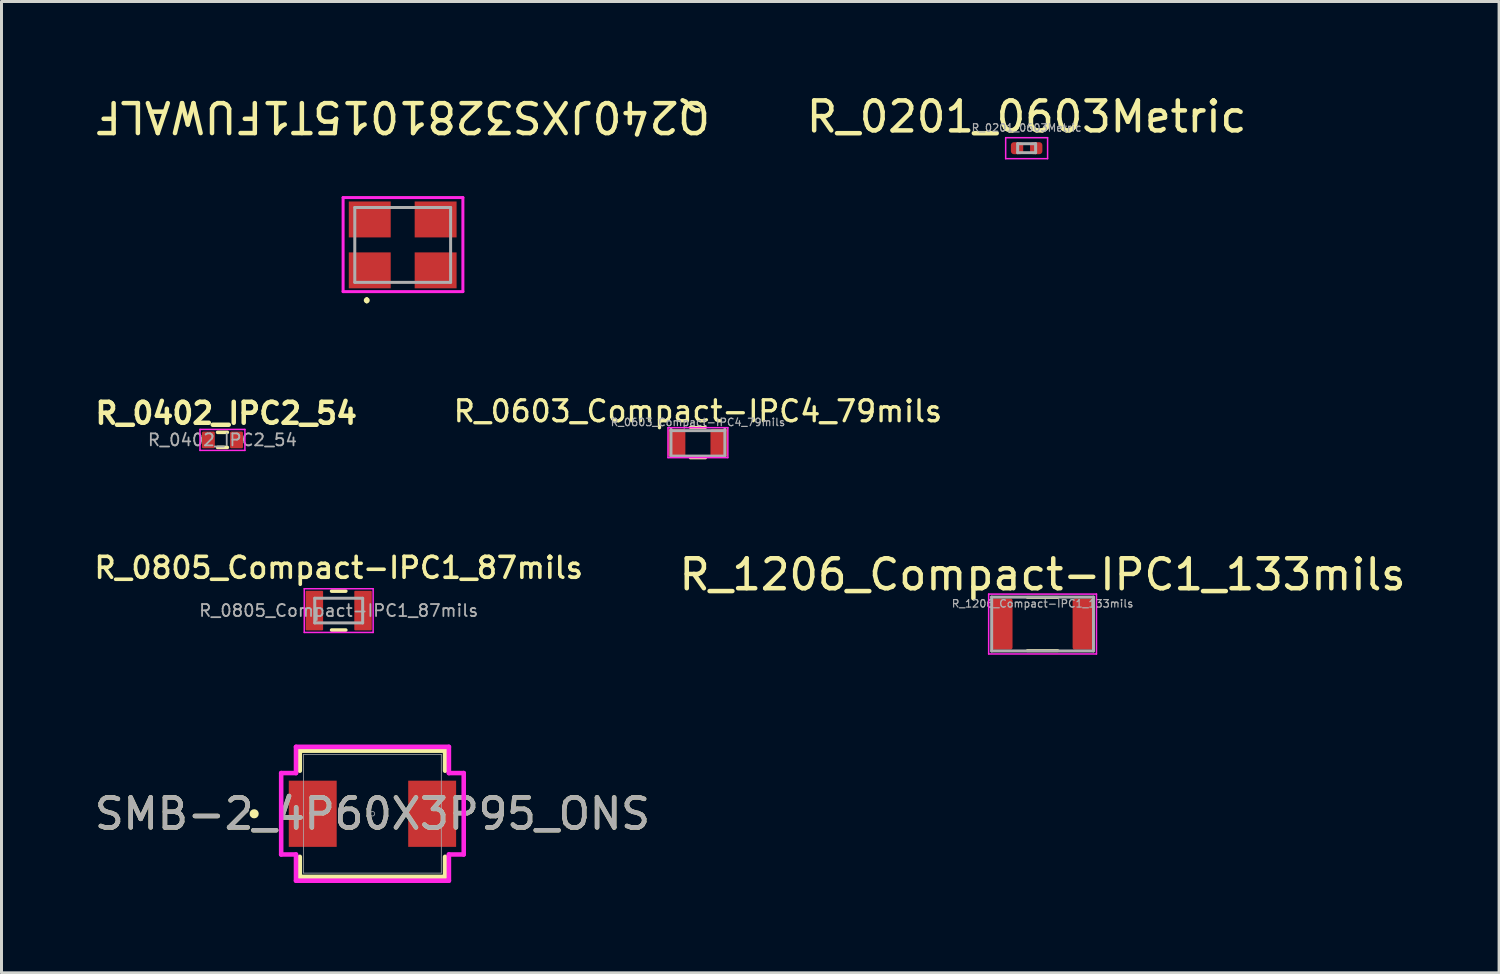
<source format=kicad_pcb>
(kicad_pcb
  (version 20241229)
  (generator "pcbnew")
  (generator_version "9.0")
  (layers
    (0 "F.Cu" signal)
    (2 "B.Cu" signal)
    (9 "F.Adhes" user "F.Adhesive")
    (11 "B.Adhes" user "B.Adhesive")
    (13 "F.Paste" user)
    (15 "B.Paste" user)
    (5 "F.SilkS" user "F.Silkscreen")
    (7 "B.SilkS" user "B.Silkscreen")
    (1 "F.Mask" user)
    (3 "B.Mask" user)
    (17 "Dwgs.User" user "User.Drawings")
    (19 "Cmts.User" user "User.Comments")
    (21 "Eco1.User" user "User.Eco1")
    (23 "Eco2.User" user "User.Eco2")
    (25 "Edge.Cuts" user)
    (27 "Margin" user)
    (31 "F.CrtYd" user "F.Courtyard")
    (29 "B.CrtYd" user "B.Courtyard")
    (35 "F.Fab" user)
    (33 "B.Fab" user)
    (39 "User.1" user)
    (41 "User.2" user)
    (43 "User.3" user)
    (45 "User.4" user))
  (footprint "R_0603_Compact-IPC4_79mils"
    (layer "F.Cu")
    (at 20.255 11.731)
    (property "Reference" "R_0603_Compact-IPC4_79mils" (at 0 -1.05 0) (layer "F.SilkS") (effects (font (size 0.7 0.7) (thickness 0.11))))
    (attr smd)
    (fp_line (start -0.254 -0.508) (end 0.254 -0.508) (stroke (width 0.1) (type default)) (layer "F.SilkS"))
    (fp_line (start -0.254 0.508) (end 0.254 0.508) (stroke (width 0.1) (type default)) (layer "F.SilkS"))
    (fp_line (start -1 -0.5) (end 1 -0.5) (stroke (width 0.05) (type solid)) (layer "F.CrtYd"))
    (fp_line (start -1 0.5) (end -1 -0.5) (stroke (width 0.05) (type solid)) (layer "F.CrtYd"))
    (fp_line (start 1 -0.5) (end 1 0.5) (stroke (width 0.05) (type solid)) (layer "F.CrtYd"))
    (fp_line (start 1 0.5) (end -1 0.5) (stroke (width 0.05) (type solid)) (layer "F.CrtYd"))
    (fp_line (start -0.9 -0.4) (end 0.9 -0.4) (stroke (width 0.1) (type solid)) (layer "F.Fab"))
    (fp_line (start -0.9 0.45) (end -0.9 -0.45) (stroke (width 0.1) (type solid)) (layer "F.Fab"))
    (fp_line (start 0.9 -0.45) (end 0.9 0.45) (stroke (width 0.1) (type solid)) (layer "F.Fab"))
    (fp_line (start 0.9 0.45) (end -0.9 0.45) (stroke (width 0.1) (type solid)) (layer "F.Fab"))
    (fp_text user "${REFERENCE}" (at 0 -0.68 0) (layer "F.Fab") (effects (font (size 0.25 0.25) (thickness 0.04))))
    (pad "1" smd roundrect (at -0.711 0) (size 0.584 0.914) (layers "F.Cu" "F.Mask" "F.Paste") (roundrect_rratio 0.1))
    (pad "2" smd roundrect (at 0.711 0) (size 0.584 0.914) (layers "F.Cu" "F.Mask" "F.Paste") (roundrect_rratio 0.1)))
  (footprint "SMB-2_4P60X3P95_ONS"
    (layer "F.Cu")
    (at 9.387 24.124)
    (property "Reference" "SMB-2_4P60X3P95_ONS" (at 0 0 0) (unlocked yes) (layer "F.SilkS") (effects (font (size 1 1) (thickness 0.15))))
    (attr smd)
    (fp_line (start -2.426 -2.108) (end -2.426 -1.438) (stroke (width 0.152) (type solid)) (layer "F.SilkS"))
    (fp_line (start -2.426 1.438) (end -2.426 2.108) (stroke (width 0.152) (type solid)) (layer "F.SilkS"))
    (fp_line (start -2.426 2.108) (end 2.426 2.108) (stroke (width 0.152) (type solid)) (layer "F.SilkS"))
    (fp_line (start 2.426 -2.108) (end -2.426 -2.108) (stroke (width 0.152) (type solid)) (layer "F.SilkS"))
    (fp_line (start 2.426 -1.438) (end 2.426 -2.108) (stroke (width 0.152) (type solid)) (layer "F.SilkS"))
    (fp_line (start 2.426 2.108) (end 2.426 1.438) (stroke (width 0.152) (type solid)) (layer "F.SilkS"))
    (fp_circle (center -3.95 0) (end -3.873 0) (stroke (width 0.152) (type solid)) (fill no) (layer "F.SilkS"))
    (fp_line (start -3.048 -1.359) (end -2.553 -1.359) (stroke (width 0.152) (type solid)) (layer "F.CrtYd"))
    (fp_line (start -3.048 1.359) (end -3.048 -1.359) (stroke (width 0.152) (type solid)) (layer "F.CrtYd"))
    (fp_line (start -3.048 1.359) (end -2.553 1.359) (stroke (width 0.152) (type solid)) (layer "F.CrtYd"))
    (fp_line (start -2.553 -2.235) (end 2.553 -2.235) (stroke (width 0.152) (type solid)) (layer "F.CrtYd"))
    (fp_line (start -2.553 -1.359) (end -2.553 -2.235) (stroke (width 0.152) (type solid)) (layer "F.CrtYd"))
    (fp_line (start -2.553 2.235) (end -2.553 1.359) (stroke (width 0.152) (type solid)) (layer "F.CrtYd"))
    (fp_line (start 2.553 -2.235) (end 2.553 -1.359) (stroke (width 0.152) (type solid)) (layer "F.CrtYd"))
    (fp_line (start 2.553 1.359) (end 2.553 2.235) (stroke (width 0.152) (type solid)) (layer "F.CrtYd"))
    (fp_line (start 2.553 2.235) (end -2.553 2.235) (stroke (width 0.152) (type solid)) (layer "F.CrtYd"))
    (fp_line (start 3.048 -1.359) (end 2.553 -1.359) (stroke (width 0.152) (type solid)) (layer "F.CrtYd"))
    (fp_line (start 3.048 -1.359) (end 3.048 1.359) (stroke (width 0.152) (type solid)) (layer "F.CrtYd"))
    (fp_line (start 3.048 1.359) (end 2.553 1.359) (stroke (width 0.152) (type solid)) (layer "F.CrtYd"))
    (fp_line (start -2.299 -1.981) (end -2.299 1.981) (stroke (width 0.025) (type solid)) (layer "F.Fab"))
    (fp_line (start -2.299 1.981) (end 2.299 1.981) (stroke (width 0.025) (type solid)) (layer "F.Fab"))
    (fp_line (start 2.299 -1.981) (end -2.299 -1.981) (stroke (width 0.025) (type solid)) (layer "F.Fab"))
    (fp_line (start 2.299 1.981) (end 2.299 -1.981) (stroke (width 0.025) (type solid)) (layer "F.Fab"))
    (fp_circle (center 0 0) (end 0.076 0) (stroke (width 0.025) (type solid)) (fill no) (layer "F.Fab"))
    (fp_text user "${REFERENCE}" (at 0 0 0) (unlocked yes) (layer "F.Fab") (effects (font (size 1 1) (thickness 0.15))))
    (pad "1" smd rect (at -1.994 0) (size 1.6 2.21) (layers "F.Cu" "F.Mask" "F.Paste"))
    (pad "2" smd rect (at 1.994 0) (size 1.6 2.21) (layers "F.Cu" "F.Mask" "F.Paste")))
  (footprint "R_0402_IPC2_54"
    (layer "F.Cu")
    (at 4.378 11.64)
    (property "Reference" "R_0402_IPC2_54" (at 0.127 -0.889 180) (layer "F.SilkS") (effects (font (size 0.7 0.7) (thickness 0.15))))
    (attr smd)
    (fp_line (start -0.163 -0.254) (end 0.163 -0.254) (stroke (width 0.12) (type solid)) (layer "F.SilkS"))
    (fp_line (start -0.163 0.25) (end 0.163 0.25) (stroke (width 0.12) (type solid)) (layer "F.SilkS"))
    (fp_line (start -0.75 -0.35) (end 0.75 -0.35) (stroke (width 0.05) (type solid)) (layer "F.CrtYd"))
    (fp_line (start -0.75 0.35) (end -0.75 -0.35) (stroke (width 0.05) (type solid)) (layer "F.CrtYd"))
    (fp_line (start 0.75 -0.35) (end 0.75 0.35) (stroke (width 0.05) (type solid)) (layer "F.CrtYd"))
    (fp_line (start 0.75 0.35) (end -0.75 0.35) (stroke (width 0.05) (type solid)) (layer "F.CrtYd"))
    (fp_text user "${REFERENCE}" (at 0 0 180) (layer "F.Fab") (effects (font (size 0.4 0.4) (thickness 0.06))))
    (pad "1" smd roundrect (at -0.47 0) (size 0.431 0.559) (layers "F.Cu" "F.Mask" "F.Paste") (roundrect_rratio 0.1))
    (pad "2" smd roundrect (at 0.47 0) (size 0.431 0.559) (layers "F.Cu" "F.Mask" "F.Paste") (roundrect_rratio 0.1)))
  (footprint "Q240JXS3281015T1FUWALF"
    (layer "F.Cu")
    (at 10.397 5.128)
    (property "Reference" "Q240JXS3281015T1FUWALF" (at -0.01 -4.28 180) (unlocked yes) (layer "F.SilkS") (effects (font (size 1 1) (thickness 0.15))))
    (attr smd)
    (fp_line (start -1.2 1.8) (end -1.2 1.8) (stroke (width 0.1) (type solid)) (layer "F.SilkS"))
    (fp_line (start -1.2 1.9) (end -1.2 1.9) (stroke (width 0.1) (type solid)) (layer "F.SilkS"))
    (fp_arc (start -1.2 1.8) (mid -1.15 1.85) (end -1.2 1.9) (stroke (width 0.1) (type solid)) (layer "F.SilkS"))
    (fp_arc (start -1.2 1.9) (mid -1.25 1.85) (end -1.2 1.8) (stroke (width 0.1) (type solid)) (layer "F.SilkS"))
    (fp_line (start -1.99 -1.58) (end 2.01 -1.58) (stroke (width 0.1) (type solid)) (layer "F.CrtYd"))
    (fp_line (start -1.99 1.56) (end -1.99 -1.58) (stroke (width 0.1) (type solid)) (layer "F.CrtYd"))
    (fp_line (start 2.01 -1.58) (end 2.01 1.56) (stroke (width 0.1) (type solid)) (layer "F.CrtYd"))
    (fp_line (start 2.01 1.56) (end -1.99 1.56) (stroke (width 0.1) (type solid)) (layer "F.CrtYd"))
    (fp_line (start -1.6 -1.25) (end 1.6 -1.25) (stroke (width 0.1) (type solid)) (layer "F.Fab"))
    (fp_line (start -1.6 1.25) (end -1.6 -1.25) (stroke (width 0.1) (type solid)) (layer "F.Fab"))
    (fp_line (start 1.6 -1.25) (end 1.6 1.25) (stroke (width 0.1) (type solid)) (layer "F.Fab"))
    (fp_line (start 1.6 1.25) (end -1.6 1.25) (stroke (width 0.1) (type solid)) (layer "F.Fab"))
    (pad "1" smd rect (at -1.1 0.85 90) (size 1.2 1.4) (layers "F.Cu" "F.Mask" "F.Paste"))
    (pad "2" smd rect (at 1.1 0.85 90) (size 1.2 1.4) (layers "F.Cu" "F.Mask" "F.Paste"))
    (pad "3" smd rect (at 1.1 -0.85 90) (size 1.2 1.4) (layers "F.Cu" "F.Mask" "F.Paste"))
    (pad "4" smd rect (at -1.1 -0.85 90) (size 1.2 1.4) (layers "F.Cu" "F.Mask" "F.Paste")))
  (footprint "R_0805_Compact-IPC1_87mils"
    (layer "F.Cu")
    (at 8.26 17.339)
    (property "Reference" "R_0805_Compact-IPC1_87mils" (at 0 -1.43 0) (layer "F.SilkS") (effects (font (size 0.7 0.7) (thickness 0.12) (bold yes))))
    (attr smd)
    (fp_line (start -0.237 -0.65) (end 0.237 -0.65) (stroke (width 0.12) (type solid)) (layer "F.SilkS"))
    (fp_line (start -0.237 0.65) (end 0.237 0.65) (stroke (width 0.12) (type solid)) (layer "F.SilkS"))
    (fp_line (start -1.15 -0.73) (end 1.15 -0.73) (stroke (width 0.05) (type solid)) (layer "F.CrtYd"))
    (fp_line (start -1.15 0.73) (end -1.15 -0.73) (stroke (width 0.05) (type solid)) (layer "F.CrtYd"))
    (fp_line (start 1.15 -0.73) (end 1.15 0.73) (stroke (width 0.05) (type solid)) (layer "F.CrtYd"))
    (fp_line (start 1.15 0.73) (end -1.15 0.73) (stroke (width 0.05) (type solid)) (layer "F.CrtYd"))
    (fp_line (start -0.8 -0.412) (end 0.8 -0.412) (stroke (width 0.1) (type solid)) (layer "F.Fab"))
    (fp_line (start -0.8 0.412) (end -0.8 -0.412) (stroke (width 0.1) (type solid)) (layer "F.Fab"))
    (fp_line (start 0.8 -0.412) (end 0.8 0.412) (stroke (width 0.1) (type solid)) (layer "F.Fab"))
    (fp_line (start 0.8 0.412) (end -0.8 0.412) (stroke (width 0.1) (type solid)) (layer "F.Fab"))
    (fp_text user "${REFERENCE}" (at 0 0 0) (layer "F.Fab") (effects (font (size 0.4 0.4) (thickness 0.06))))
    (pad "1" smd roundrect (at -0.813 0) (size 0.584 1.321) (layers "F.Cu" "F.Mask" "F.Paste") (roundrect_rratio 0.05))
    (pad "2" smd roundrect (at 0.813 0) (size 0.584 1.321) (layers "F.Cu" "F.Mask" "F.Paste") (roundrect_rratio 0.05)))
  (footprint "R_1206_Compact-IPC1_133mils"
    (layer "F.Cu")
    (at 31.764 17.788)
    (property "Reference" "R_1206_Compact-IPC1_133mils" (at 0 -1.651 180) (layer "F.SilkS") (effects (font (size 1 1) (thickness 0.15))))
    (attr smd)
    (fp_line (start -0.508 -0.889) (end 0.508 -0.889) (stroke (width 0.1) (type default)) (layer "F.SilkS"))
    (fp_line (start -0.508 0.889) (end 0.508 0.889) (stroke (width 0.1) (type default)) (layer "F.SilkS"))
    (fp_line (start -1.8 -1) (end 1.8 -1) (stroke (width 0.05) (type solid)) (layer "F.CrtYd"))
    (fp_line (start -1.8 1) (end -1.8 -1) (stroke (width 0.05) (type solid)) (layer "F.CrtYd"))
    (fp_line (start 1.8 -1) (end 1.8 1) (stroke (width 0.05) (type solid)) (layer "F.CrtYd"))
    (fp_line (start 1.8 1) (end -1.8 1) (stroke (width 0.05) (type solid)) (layer "F.CrtYd"))
    (fp_line (start -1.7 -0.9) (end 1.7 -0.9) (stroke (width 0.1) (type solid)) (layer "F.Fab"))
    (fp_line (start -1.7 0.9) (end -1.7 -0.9) (stroke (width 0.1) (type solid)) (layer "F.Fab"))
    (fp_line (start 1.7 -0.9) (end 1.7 0.9) (stroke (width 0.1) (type solid)) (layer "F.Fab"))
    (fp_line (start 1.7 0.9) (end -1.7 0.9) (stroke (width 0.1) (type solid)) (layer "F.Fab"))
    (fp_text user "${REFERENCE}" (at 0 -0.68 180) (layer "F.Fab") (effects (font (size 0.25 0.25) (thickness 0.04))))
    (pad "1" smd roundrect (at -1.346 0) (size 0.686 1.702) (layers "F.Cu" "F.Mask" "F.Paste") (roundrect_rratio 0.1))
    (pad "2" smd roundrect (at 1.346 0) (size 0.686 1.702) (layers "F.Cu" "F.Mask" "F.Paste") (roundrect_rratio 0.1)))
  (footprint "R_0201_0603Metric"
    (layer "F.Cu")
    (at 31.232 1.898)
    (property "Reference" "R_0201_0603Metric" (at 0 -1.05 0) (layer "F.SilkS") (effects (font (size 1 1) (thickness 0.15))))
    (attr smd)
    (fp_line (start -0.7 -0.35) (end 0.7 -0.35) (stroke (width 0.05) (type solid)) (layer "F.CrtYd"))
    (fp_line (start -0.7 0.35) (end -0.7 -0.35) (stroke (width 0.05) (type solid)) (layer "F.CrtYd"))
    (fp_line (start 0.7 -0.35) (end 0.7 0.35) (stroke (width 0.05) (type solid)) (layer "F.CrtYd"))
    (fp_line (start 0.7 0.35) (end -0.7 0.35) (stroke (width 0.05) (type solid)) (layer "F.CrtYd"))
    (fp_line (start -0.3 -0.15) (end 0.3 -0.15) (stroke (width 0.1) (type solid)) (layer "F.Fab"))
    (fp_line (start -0.3 0.15) (end -0.3 -0.15) (stroke (width 0.1) (type solid)) (layer "F.Fab"))
    (fp_line (start 0.3 -0.15) (end 0.3 0.15) (stroke (width 0.1) (type solid)) (layer "F.Fab"))
    (fp_line (start 0.3 0.15) (end -0.3 0.15) (stroke (width 0.1) (type solid)) (layer "F.Fab"))
    (fp_text user "${REFERENCE}" (at 0 -0.68 0) (layer "F.Fab") (effects (font (size 0.25 0.25) (thickness 0.04))))
    (pad "1" smd roundrect (at -0.32 0) (size 0.411 0.4) (layers "F.Cu" "F.Mask" "F.Paste") (roundrect_rratio 0.25))
    (pad "2" smd roundrect (at 0.32 0) (size 0.411 0.4) (layers "F.Cu" "F.Mask" "F.Paste") (roundrect_rratio 0.25)))
  (gr_rect
    (start -3 -3)
    (end 47.008 29.436)
    (stroke (width 0.1) (type default))
    (fill no)
    (layer "Edge.Cuts")))
</source>
